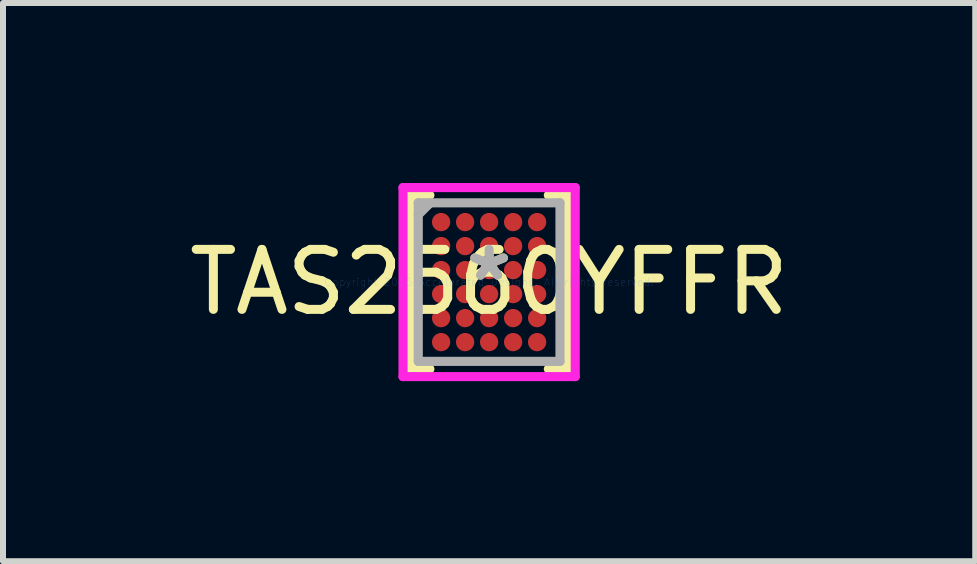
<source format=kicad_pcb>
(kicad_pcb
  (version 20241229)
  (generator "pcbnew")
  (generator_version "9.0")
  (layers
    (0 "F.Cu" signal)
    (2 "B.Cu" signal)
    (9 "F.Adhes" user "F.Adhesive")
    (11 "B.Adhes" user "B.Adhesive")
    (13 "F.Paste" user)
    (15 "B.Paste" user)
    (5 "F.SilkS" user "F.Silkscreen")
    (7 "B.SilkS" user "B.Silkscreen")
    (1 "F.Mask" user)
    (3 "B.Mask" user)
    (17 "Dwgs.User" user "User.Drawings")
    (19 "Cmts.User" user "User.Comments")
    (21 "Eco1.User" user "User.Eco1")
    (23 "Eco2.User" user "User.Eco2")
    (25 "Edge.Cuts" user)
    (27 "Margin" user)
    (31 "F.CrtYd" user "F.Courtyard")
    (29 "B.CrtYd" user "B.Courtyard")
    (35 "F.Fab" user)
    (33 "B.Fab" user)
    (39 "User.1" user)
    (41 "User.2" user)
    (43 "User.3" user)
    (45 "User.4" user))
  (footprint "TAS2560YFFR"
    (layer "F.Cu")
    (at 5.101 1.651)
    (property "Reference" "TAS2560YFFR" (at 0 0 0) (layer "F.SilkS") (effects (font (size 1 1) (thickness 0.15))))
    (attr through_hole)
    (fp_line (start -1.308 -1.448) (end -1.308 1.448) (stroke (width 0.152) (type solid)) (layer "F.SilkS"))
    (fp_line (start -1.308 1.448) (end -0.987 1.448) (stroke (width 0.152) (type solid)) (layer "F.SilkS"))
    (fp_line (start -0.987 -1.448) (end -1.308 -1.448) (stroke (width 0.152) (type solid)) (layer "F.SilkS"))
    (fp_line (start 0.987 1.448) (end 1.308 1.448) (stroke (width 0.152) (type solid)) (layer "F.SilkS"))
    (fp_line (start 1.308 -1.448) (end 0.987 -1.448) (stroke (width 0.152) (type solid)) (layer "F.SilkS"))
    (fp_line (start 1.308 1.448) (end 1.308 -1.448) (stroke (width 0.152) (type solid)) (layer "F.SilkS"))
    (fp_line (start -1.435 -1.575) (end 1.435 -1.575) (stroke (width 0.152) (type solid)) (layer "F.CrtYd"))
    (fp_line (start -1.435 1.575) (end -1.435 -1.575) (stroke (width 0.152) (type solid)) (layer "F.CrtYd"))
    (fp_line (start 1.435 -1.575) (end 1.435 1.575) (stroke (width 0.152) (type solid)) (layer "F.CrtYd"))
    (fp_line (start 1.435 1.575) (end -1.435 1.575) (stroke (width 0.152) (type solid)) (layer "F.CrtYd"))
    (fp_line (start -1.181 -1.321) (end -1.181 1.321) (stroke (width 0.152) (type solid)) (layer "F.Fab"))
    (fp_line (start -1.181 1.321) (end 1.181 1.321) (stroke (width 0.152) (type solid)) (layer "F.Fab"))
    (fp_line (start -0.981 -1.321) (end -1.181 -1.121) (stroke (width 0.152) (type solid)) (layer "F.Fab"))
    (fp_line (start 1.181 -1.321) (end -1.181 -1.321) (stroke (width 0.152) (type solid)) (layer "F.Fab"))
    (fp_line (start 1.181 1.321) (end 1.181 -1.321) (stroke (width 0.152) (type solid)) (layer "F.Fab"))
    (fp_text user "*" (at 0 0 0) (layer "F.SilkS") (effects (font (size 1 1) (thickness 0.15))))
    (fp_text user "Copyright 2016 Accelerated Designs. All rights reserved." (at 0 0 0) (layer "Cmts.User") (effects (font (size 0.127 0.127) (thickness 0.002))))
    (fp_text user "*" (at 0 0 0) (layer "F.Fab") (effects (font (size 1 1) (thickness 0.15))))
    (pad "A1" smd circle (at -0.8 -1) (size 0.305 0.305) (layers "F.Cu" "F.Mask" "F.Paste"))
    (pad "A2" smd circle (at -0.4 -1) (size 0.305 0.305) (layers "F.Cu" "F.Mask" "F.Paste"))
    (pad "A3" smd circle (at 0 -1) (size 0.305 0.305) (layers "F.Cu" "F.Mask" "F.Paste"))
    (pad "A4" smd circle (at 0.4 -1) (size 0.305 0.305) (layers "F.Cu" "F.Mask" "F.Paste"))
    (pad "A5" smd circle (at 0.8 -1) (size 0.305 0.305) (layers "F.Cu" "F.Mask" "F.Paste"))
    (pad "B1" smd circle (at -0.8 -0.6) (size 0.305 0.305) (layers "F.Cu" "F.Mask" "F.Paste"))
    (pad "B2" smd circle (at -0.4 -0.6) (size 0.305 0.305) (layers "F.Cu" "F.Mask" "F.Paste"))
    (pad "B3" smd circle (at 0 -0.6) (size 0.305 0.305) (layers "F.Cu" "F.Mask" "F.Paste"))
    (pad "B4" smd circle (at 0.4 -0.6) (size 0.305 0.305) (layers "F.Cu" "F.Mask" "F.Paste"))
    (pad "B5" smd circle (at 0.8 -0.6) (size 0.305 0.305) (layers "F.Cu" "F.Mask" "F.Paste"))
    (pad "C1" smd circle (at -0.8 -0.2) (size 0.305 0.305) (layers "F.Cu" "F.Mask" "F.Paste"))
    (pad "C2" smd circle (at -0.4 -0.2) (size 0.305 0.305) (layers "F.Cu" "F.Mask" "F.Paste"))
    (pad "C3" smd circle (at 0 -0.2) (size 0.305 0.305) (layers "F.Cu" "F.Mask" "F.Paste"))
    (pad "C4" smd circle (at 0.4 -0.2) (size 0.305 0.305) (layers "F.Cu" "F.Mask" "F.Paste"))
    (pad "C5" smd circle (at 0.8 -0.2) (size 0.305 0.305) (layers "F.Cu" "F.Mask" "F.Paste"))
    (pad "D1" smd circle (at -0.8 0.2) (size 0.305 0.305) (layers "F.Cu" "F.Mask" "F.Paste"))
    (pad "D2" smd circle (at -0.4 0.2) (size 0.305 0.305) (layers "F.Cu" "F.Mask" "F.Paste"))
    (pad "D3" smd circle (at 0 0.2) (size 0.305 0.305) (layers "F.Cu" "F.Mask" "F.Paste"))
    (pad "D4" smd circle (at 0.4 0.2) (size 0.305 0.305) (layers "F.Cu" "F.Mask" "F.Paste"))
    (pad "D5" smd circle (at 0.8 0.2) (size 0.305 0.305) (layers "F.Cu" "F.Mask" "F.Paste"))
    (pad "E1" smd circle (at -0.8 0.6) (size 0.305 0.305) (layers "F.Cu" "F.Mask" "F.Paste"))
    (pad "E2" smd circle (at -0.4 0.6) (size 0.305 0.305) (layers "F.Cu" "F.Mask" "F.Paste"))
    (pad "E3" smd circle (at 0 0.6) (size 0.305 0.305) (layers "F.Cu" "F.Mask" "F.Paste"))
    (pad "E4" smd circle (at 0.4 0.6) (size 0.305 0.305) (layers "F.Cu" "F.Mask" "F.Paste"))
    (pad "E5" smd circle (at 0.8 0.6) (size 0.305 0.305) (layers "F.Cu" "F.Mask" "F.Paste"))
    (pad "F1" smd circle (at -0.8 1) (size 0.305 0.305) (layers "F.Cu" "F.Mask" "F.Paste"))
    (pad "F2" smd circle (at -0.4 1) (size 0.305 0.305) (layers "F.Cu" "F.Mask" "F.Paste"))
    (pad "F3" smd circle (at 0 1) (size 0.305 0.305) (layers "F.Cu" "F.Mask" "F.Paste"))
    (pad "F4" smd circle (at 0.4 1) (size 0.305 0.305) (layers "F.Cu" "F.Mask" "F.Paste"))
    (pad "F5" smd circle (at 0.8 1) (size 0.305 0.305) (layers "F.Cu" "F.Mask" "F.Paste")))
  (gr_rect
    (start -3 -3)
    (end 13.202 6.302)
    (stroke (width 0.1) (type default))
    (fill no)
    (layer "Edge.Cuts")))
</source>
